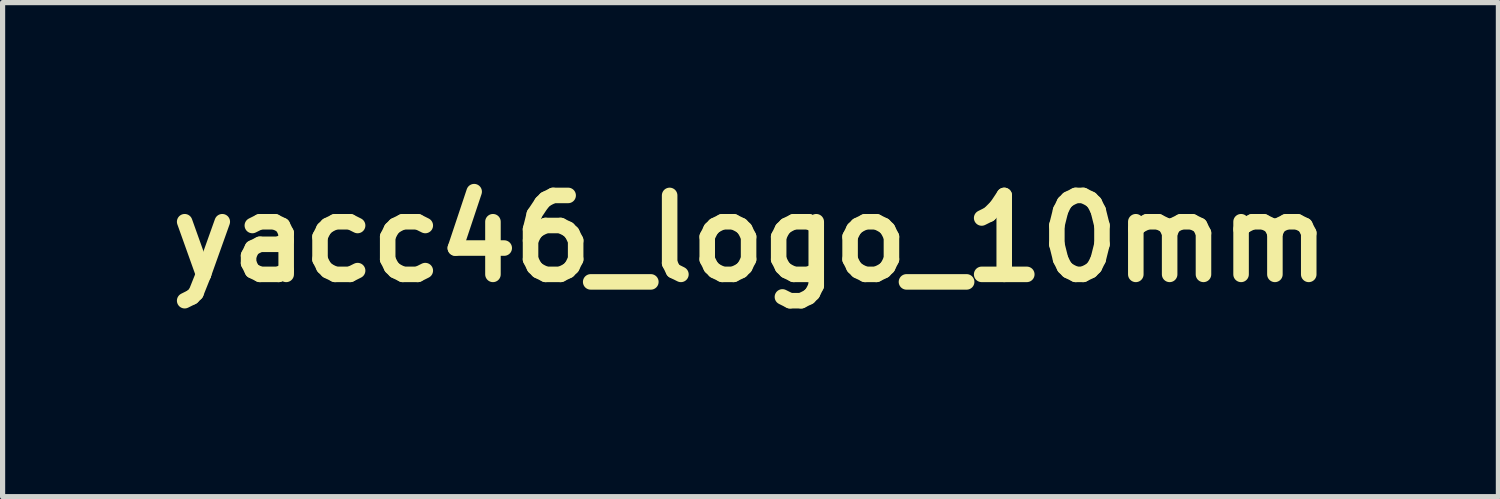
<source format=kicad_pcb>
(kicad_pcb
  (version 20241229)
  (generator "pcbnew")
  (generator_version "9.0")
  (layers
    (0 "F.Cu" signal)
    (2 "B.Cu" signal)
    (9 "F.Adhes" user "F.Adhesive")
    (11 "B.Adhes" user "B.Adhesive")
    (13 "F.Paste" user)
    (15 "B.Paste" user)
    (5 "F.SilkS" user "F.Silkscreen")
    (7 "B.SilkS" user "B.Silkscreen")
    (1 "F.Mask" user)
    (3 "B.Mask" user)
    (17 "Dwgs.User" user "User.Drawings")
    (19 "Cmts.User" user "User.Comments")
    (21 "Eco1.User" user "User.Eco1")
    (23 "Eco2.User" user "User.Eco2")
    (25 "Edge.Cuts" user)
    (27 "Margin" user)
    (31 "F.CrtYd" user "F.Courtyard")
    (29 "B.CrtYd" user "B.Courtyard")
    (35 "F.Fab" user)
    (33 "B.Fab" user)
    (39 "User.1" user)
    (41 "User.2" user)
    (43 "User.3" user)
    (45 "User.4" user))
  (footprint "yacc46_logo_10mm"
    (layer "F.Cu")
    (at 11.437 1.557)
    (property "Reference" "yacc46_logo_10mm" (at 0 0 0) (layer "F.SilkS") (effects (font (size 1.524 1.524) (thickness 0.3))))
    (attr through_hole)
    (fp_poly (pts (xy 3.273 0.298) (xy 3.127 0.537) (xy 3.005 0.735) (xy 2.907 0.896) (xy 2.83 1.023) (xy 2.772 1.119) (xy 2.731 1.188) (xy 2.706 1.231) (xy 2.694 1.254) (xy 2.692 1.258) (xy 2.716 1.263) (xy 2.781 1.266) (xy 2.878 1.269) (xy 2.996 1.27) (xy 3.01 1.27) (xy 3.327 1.27) (xy 3.327 0.889) (xy 3.505 0.889) (xy 3.505 1.956) (xy 3.327 1.956) (xy 3.327 1.449) (xy 2.502 1.435) (xy 2.502 1.333) (xy 2.505 1.296) (xy 2.518 1.251) (xy 2.542 1.194) (xy 2.582 1.118) (xy 2.639 1.017) (xy 2.717 0.887) (xy 2.82 0.721) (xy 2.845 0.68) (xy 3.188 0.128) (xy 3.283 0.127) (xy 3.378 0.127) (xy 3.273 0.298)) (stroke (width 0.01) (type solid)) (fill yes) (layer "F.Mask"))
    (fp_poly (pts (xy -3.273 -1.43) (xy -3.291 -1.383) (xy -3.325 -1.293) (xy -3.373 -1.166) (xy -3.432 -1.006) (xy -3.502 -0.818) (xy -3.581 -0.607) (xy -3.666 -0.379) (xy -3.755 -0.138) (xy -3.785 -0.057) (xy -4.25 1.194) (xy -4.52 1.194) (xy -4.493 1.124) (xy -4.474 1.075) (xy -4.442 0.989) (xy -4.401 0.878) (xy -4.354 0.752) (xy -4.342 0.717) (xy -4.218 0.38) (xy -4.588 -0.553) (xy -4.67 -0.759) (xy -4.746 -0.951) (xy -4.814 -1.124) (xy -4.873 -1.272) (xy -4.92 -1.39) (xy -4.953 -1.473) (xy -4.97 -1.515) (xy -4.971 -1.519) (xy -4.967 -1.538) (xy -4.93 -1.546) (xy -4.851 -1.545) (xy -4.839 -1.544) (xy -4.694 -1.537) (xy -4.404 -0.775) (xy -4.332 -0.588) (xy -4.267 -0.415) (xy -4.209 -0.263) (xy -4.161 -0.137) (xy -4.125 -0.043) (xy -4.104 0.013) (xy -4.099 0.025) (xy -4.088 0.012) (xy -4.062 -0.045) (xy -4.022 -0.141) (xy -3.971 -0.272) (xy -3.91 -0.432) (xy -3.841 -0.617) (xy -3.766 -0.824) (xy -3.686 -1.046) (xy -3.603 -1.28) (xy -3.558 -1.41) (xy -3.513 -1.537) (xy -3.369 -1.544) (xy -3.226 -1.552) (xy -3.273 -1.43)) (stroke (width 0.01) (type solid)) (fill yes) (layer "F.Mask"))
    (fp_poly (pts (xy 4.461 0.132) (xy 4.488 0.142) (xy 4.488 0.146) (xy 4.473 0.173) (xy 4.436 0.237) (xy 4.382 0.329) (xy 4.315 0.443) (xy 4.255 0.546) (xy 4.181 0.672) (xy 4.116 0.783) (xy 4.064 0.873) (xy 4.03 0.932) (xy 4.018 0.953) (xy 4.024 0.958) (xy 4.053 0.937) (xy 4.163 0.875) (xy 4.296 0.847) (xy 4.438 0.854) (xy 4.573 0.897) (xy 4.63 0.929) (xy 4.731 1.024) (xy 4.802 1.153) (xy 4.842 1.303) (xy 4.847 1.466) (xy 4.82 1.61) (xy 4.77 1.712) (xy 4.689 1.812) (xy 4.592 1.897) (xy 4.493 1.95) (xy 4.479 1.954) (xy 4.34 1.976) (xy 4.188 1.974) (xy 4.068 1.952) (xy 3.983 1.909) (xy 3.892 1.834) (xy 3.81 1.743) (xy 3.752 1.65) (xy 3.736 1.609) (xy 3.714 1.514) (xy 3.707 1.441) (xy 3.892 1.441) (xy 3.913 1.579) (xy 3.962 1.681) (xy 4.044 1.758) (xy 4.091 1.786) (xy 4.201 1.819) (xy 4.327 1.821) (xy 4.447 1.793) (xy 4.514 1.758) (xy 4.603 1.664) (xy 4.658 1.538) (xy 4.674 1.406) (xy 4.653 1.257) (xy 4.593 1.137) (xy 4.499 1.05) (xy 4.375 1) (xy 4.28 0.991) (xy 4.137 1.011) (xy 4.024 1.072) (xy 3.944 1.168) (xy 3.9 1.299) (xy 3.892 1.441) (xy 3.707 1.441) (xy 3.706 1.423) (xy 3.712 1.33) (xy 3.736 1.228) (xy 3.779 1.11) (xy 3.844 0.97) (xy 3.932 0.799) (xy 4.042 0.599) (xy 4.305 0.128) (xy 4.402 0.128) (xy 4.461 0.132)) (stroke (width 0.01) (type solid)) (fill yes) (layer "F.Mask"))
    (fp_poly (pts (xy 1.782 -0.935) (xy 1.903 -0.916) (xy 1.942 -0.903) (xy 2.111 -0.814) (xy 2.247 -0.692) (xy 2.345 -0.542) (xy 2.4 -0.371) (xy 2.404 -0.346) (xy 2.42 -0.229) (xy 2.163 -0.229) (xy 2.146 -0.33) (xy 2.098 -0.471) (xy 2.008 -0.585) (xy 1.905 -0.656) (xy 1.774 -0.699) (xy 1.625 -0.711) (xy 1.477 -0.692) (xy 1.349 -0.643) (xy 1.329 -0.631) (xy 1.266 -0.585) (xy 1.218 -0.537) (xy 1.183 -0.48) (xy 1.159 -0.406) (xy 1.143 -0.307) (xy 1.134 -0.177) (xy 1.131 -0.009) (xy 1.13 0.127) (xy 1.132 0.325) (xy 1.137 0.48) (xy 1.147 0.598) (xy 1.166 0.687) (xy 1.194 0.755) (xy 1.233 0.808) (xy 1.286 0.855) (xy 1.329 0.885) (xy 1.451 0.939) (xy 1.597 0.964) (xy 1.747 0.958) (xy 1.883 0.92) (xy 1.905 0.91) (xy 2.027 0.82) (xy 2.11 0.7) (xy 2.146 0.584) (xy 2.163 0.483) (xy 2.42 0.483) (xy 2.404 0.6) (xy 2.356 0.767) (xy 2.267 0.92) (xy 2.142 1.048) (xy 1.992 1.142) (xy 1.948 1.16) (xy 1.867 1.178) (xy 1.754 1.188) (xy 1.625 1.19) (xy 1.498 1.184) (xy 1.392 1.171) (xy 1.339 1.157) (xy 1.169 1.072) (xy 1.034 0.951) (xy 0.937 0.795) (xy 0.9 0.697) (xy 0.884 0.612) (xy 0.872 0.488) (xy 0.865 0.337) (xy 0.862 0.171) (xy 0.863 0.001) (xy 0.869 -0.16) (xy 0.879 -0.302) (xy 0.893 -0.412) (xy 0.903 -0.455) (xy 0.965 -0.589) (xy 1.063 -0.718) (xy 1.183 -0.825) (xy 1.256 -0.87) (xy 1.358 -0.906) (xy 1.491 -0.929) (xy 1.638 -0.939) (xy 1.782 -0.935)) (stroke (width 0.01) (type solid)) (fill yes) (layer "F.Mask"))
    (fp_poly (pts (xy -0.201 -0.935) (xy -0.064 -0.918) (xy 0.003 -0.901) (xy 0.158 -0.823) (xy 0.287 -0.709) (xy 0.384 -0.566) (xy 0.441 -0.406) (xy 0.449 -0.358) (xy 0.464 -0.229) (xy 0.334 -0.229) (xy 0.257 -0.231) (xy 0.218 -0.24) (xy 0.205 -0.265) (xy 0.203 -0.293) (xy 0.18 -0.407) (xy 0.119 -0.519) (xy 0.03 -0.615) (xy -0.076 -0.681) (xy -0.084 -0.684) (xy -0.173 -0.703) (xy -0.288 -0.71) (xy -0.408 -0.705) (xy -0.51 -0.687) (xy -0.541 -0.677) (xy -0.623 -0.625) (xy -0.706 -0.546) (xy -0.773 -0.458) (xy -0.806 -0.387) (xy -0.813 -0.335) (xy -0.819 -0.242) (xy -0.822 -0.121) (xy -0.825 0.019) (xy -0.825 0.167) (xy -0.824 0.312) (xy -0.821 0.444) (xy -0.816 0.551) (xy -0.81 0.623) (xy -0.806 0.641) (xy -0.765 0.724) (xy -0.695 0.812) (xy -0.611 0.889) (xy -0.541 0.931) (xy -0.445 0.955) (xy -0.323 0.964) (xy -0.195 0.958) (xy -0.1 0.94) (xy 0.006 0.887) (xy 0.1 0.798) (xy 0.169 0.688) (xy 0.202 0.572) (xy 0.203 0.544) (xy 0.207 0.508) (xy 0.229 0.49) (xy 0.279 0.483) (xy 0.334 0.483) (xy 0.464 0.483) (xy 0.449 0.608) (xy 0.405 0.778) (xy 0.317 0.929) (xy 0.194 1.053) (xy 0.041 1.141) (xy 0.005 1.154) (xy -0.084 1.174) (xy -0.204 1.187) (xy -0.335 1.192) (xy -0.46 1.188) (xy -0.559 1.176) (xy -0.584 1.17) (xy -0.75 1.094) (xy -0.89 0.975) (xy -0.999 0.819) (xy -1.021 0.775) (xy -1.041 0.729) (xy -1.056 0.684) (xy -1.066 0.631) (xy -1.073 0.564) (xy -1.077 0.472) (xy -1.079 0.349) (xy -1.079 0.185) (xy -1.079 0.127) (xy -1.079 -0.05) (xy -1.078 -0.184) (xy -1.075 -0.284) (xy -1.069 -0.359) (xy -1.059 -0.415) (xy -1.046 -0.463) (xy -1.027 -0.509) (xy -1.019 -0.528) (xy -0.933 -0.666) (xy -0.814 -0.786) (xy -0.677 -0.875) (xy -0.616 -0.9) (xy -0.498 -0.926) (xy -0.353 -0.938) (xy -0.201 -0.935)) (stroke (width 0.01) (type solid)) (fill yes) (layer "F.Mask"))
    (fp_poly (pts (xy -2.05 -0.93) (xy -1.954 -0.91) (xy -1.953 -0.91) (xy -1.793 -0.83) (xy -1.66 -0.712) (xy -1.587 -0.606) (xy -1.511 -0.47) (xy -1.496 1.168) (xy -1.753 1.168) (xy -1.753 1.01) (xy -1.755 0.926) (xy -1.761 0.887) (xy -1.772 0.886) (xy -1.782 0.902) (xy -1.879 1.029) (xy -2.009 1.119) (xy -2.173 1.174) (xy -2.373 1.192) (xy -2.388 1.192) (xy -2.502 1.188) (xy -2.609 1.176) (xy -2.69 1.16) (xy -2.702 1.157) (xy -2.855 1.077) (xy -2.974 0.961) (xy -3.055 0.816) (xy -3.094 0.646) (xy -3.094 0.643) (xy -3.091 0.551) (xy -2.842 0.551) (xy -2.832 0.674) (xy -2.786 0.788) (xy -2.705 0.88) (xy -2.695 0.887) (xy -2.574 0.947) (xy -2.426 0.978) (xy -2.268 0.982) (xy -2.115 0.957) (xy -2.014 0.918) (xy -1.93 0.862) (xy -1.852 0.789) (xy -1.837 0.771) (xy -1.803 0.723) (xy -1.782 0.676) (xy -1.769 0.616) (xy -1.761 0.53) (xy -1.757 0.425) (xy -1.748 0.173) (xy -2.163 0.182) (xy -2.322 0.186) (xy -2.44 0.191) (xy -2.524 0.198) (xy -2.585 0.209) (xy -2.631 0.224) (xy -2.667 0.242) (xy -2.759 0.323) (xy -2.817 0.429) (xy -2.842 0.551) (xy -3.091 0.551) (xy -3.088 0.464) (xy -3.039 0.309) (xy -2.944 0.175) (xy -2.931 0.161) (xy -2.861 0.098) (xy -2.786 0.051) (xy -2.698 0.017) (xy -2.589 -0.006) (xy -2.451 -0.019) (xy -2.275 -0.025) (xy -2.154 -0.025) (xy -1.753 -0.025) (xy -1.753 -0.197) (xy -1.77 -0.373) (xy -1.818 -0.511) (xy -1.901 -0.611) (xy -2.018 -0.676) (xy -2.171 -0.706) (xy -2.188 -0.707) (xy -2.364 -0.7) (xy -2.511 -0.66) (xy -2.625 -0.587) (xy -2.701 -0.486) (xy -2.718 -0.444) (xy -2.738 -0.391) (xy -2.765 -0.365) (xy -2.815 -0.357) (xy -2.875 -0.356) (xy -2.95 -0.357) (xy -2.986 -0.366) (xy -2.993 -0.389) (xy -2.985 -0.425) (xy -2.921 -0.583) (xy -2.817 -0.723) (xy -2.682 -0.834) (xy -2.547 -0.9) (xy -2.444 -0.923) (xy -2.314 -0.936) (xy -2.176 -0.939) (xy -2.05 -0.93)) (stroke (width 0.01) (type solid)) (fill yes) (layer "F.Mask")))
  (gr_rect
    (start -3 -3)
    (end 25.875 6.538)
    (stroke (width 0.1) (type default))
    (fill no)
    (layer "Edge.Cuts")))
</source>
